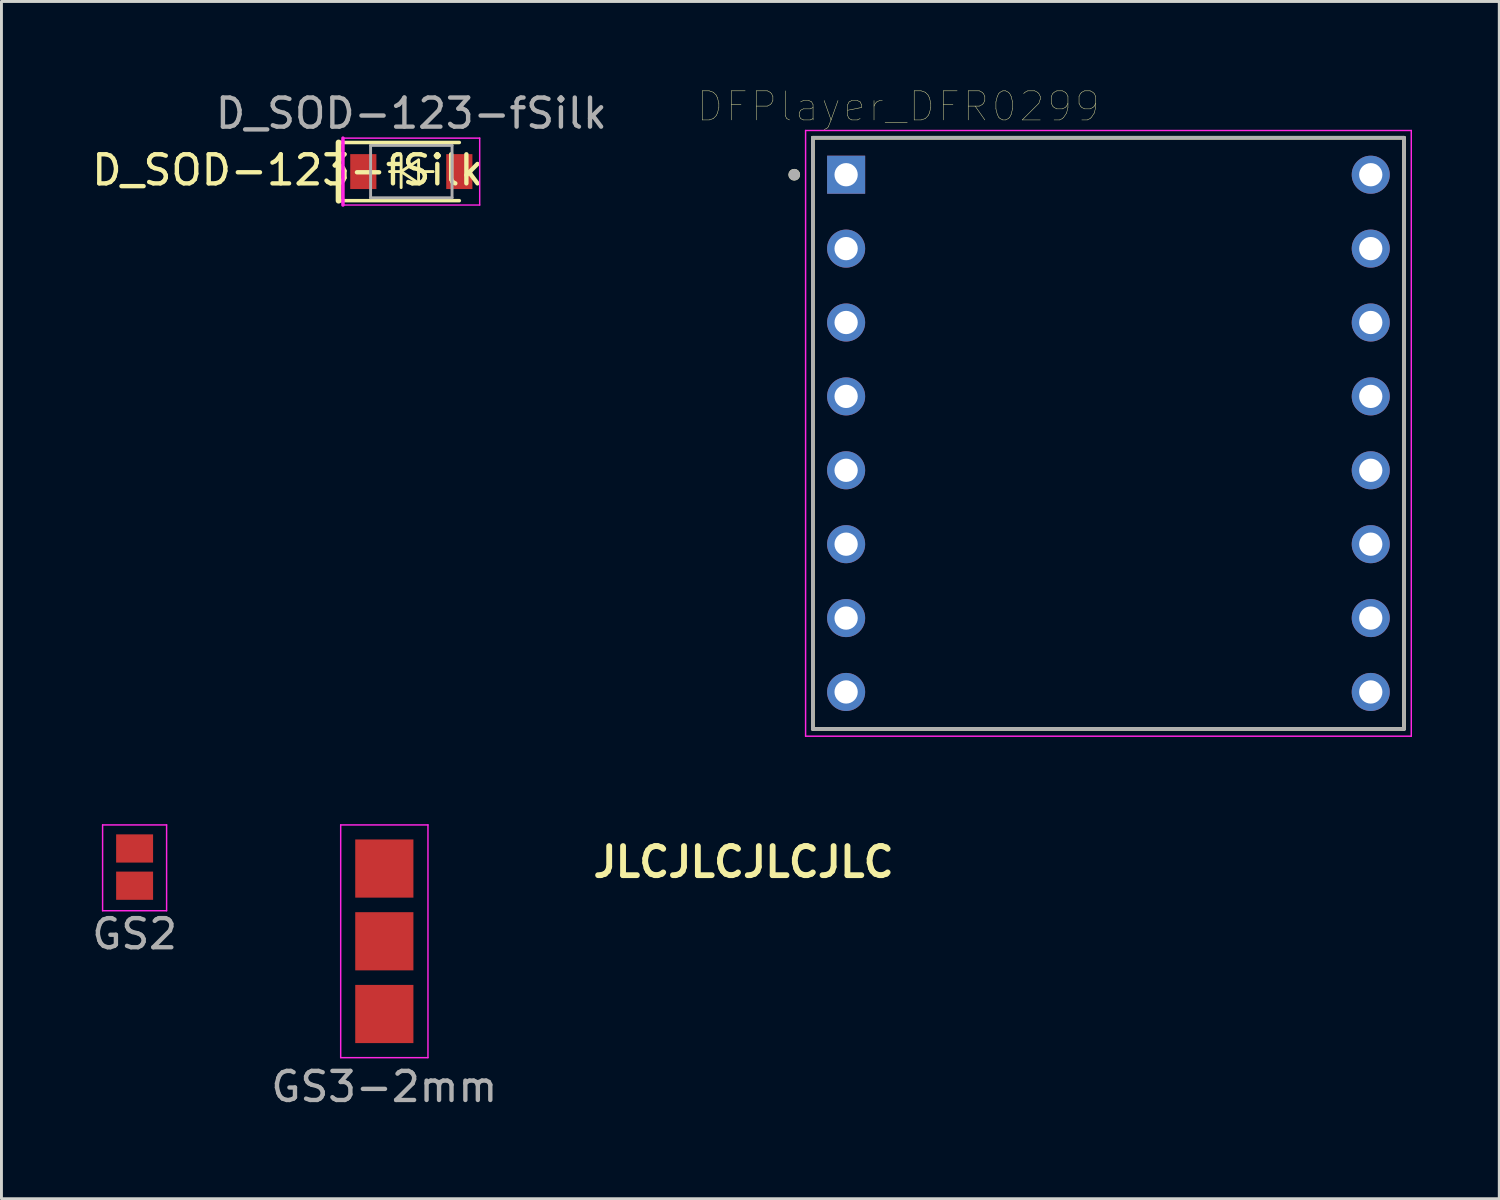
<source format=kicad_pcb>
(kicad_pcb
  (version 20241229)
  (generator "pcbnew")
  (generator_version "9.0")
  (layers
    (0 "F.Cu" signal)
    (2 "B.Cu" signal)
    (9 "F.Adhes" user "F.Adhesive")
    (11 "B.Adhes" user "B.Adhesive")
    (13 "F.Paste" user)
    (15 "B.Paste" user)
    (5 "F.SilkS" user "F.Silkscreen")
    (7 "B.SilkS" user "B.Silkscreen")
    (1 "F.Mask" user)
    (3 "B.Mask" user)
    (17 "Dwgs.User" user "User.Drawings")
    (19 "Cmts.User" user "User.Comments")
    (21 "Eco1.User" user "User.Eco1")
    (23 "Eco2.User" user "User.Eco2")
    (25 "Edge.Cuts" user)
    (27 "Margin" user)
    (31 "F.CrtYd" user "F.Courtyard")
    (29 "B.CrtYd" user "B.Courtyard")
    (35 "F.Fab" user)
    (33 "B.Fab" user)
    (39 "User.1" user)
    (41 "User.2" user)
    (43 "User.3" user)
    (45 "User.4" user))
  (footprint "JLC"
    (layer "F.Cu")
    (at 22.11 25.531)
    (property "Reference" "JLC" (at 0.4 2.7 0) (layer "F.Mask") (effects (font (size 1.524 1.524) (thickness 0.3))))
    (attr through_hole)
    (fp_text user "JLCJLCJLCJLC" (at 0.4 1.05 0) (layer "F.SilkS") (effects (font (size 1 1) (thickness 0.2)))))
  (footprint "GS2"
    (layer "F.Cu")
    (at 1.577 26.756)
    (property "Reference" "GS2" (at 0 2.3 0) (layer "F.Fab") (effects (font (size 1 1) (thickness 0.15))))
    (attr smd)
    (fp_line (start -1.1 -1.45) (end 1.1 -1.45) (stroke (width 0.05) (type solid)) (layer "F.CrtYd"))
    (fp_line (start -1.1 1.5) (end -1.1 -1.45) (stroke (width 0.05) (type solid)) (layer "F.CrtYd"))
    (fp_line (start 1.1 -1.45) (end 1.1 1.5) (stroke (width 0.05) (type solid)) (layer "F.CrtYd"))
    (fp_line (start 1.1 1.5) (end -1.1 1.5) (stroke (width 0.05) (type solid)) (layer "F.CrtYd"))
    (pad "1" smd rect (at 0 -0.64) (size 1.27 0.97) (layers "F.Cu" "F.Mask" "F.Paste"))
    (pad "2" smd rect (at 0 0.64) (size 1.27 0.97) (layers "F.Cu" "F.Mask" "F.Paste")))
  (footprint "GS3-2mm"
    (layer "F.Cu")
    (at 10.161 28.806)
    (property "Reference" "GS3-2mm" (at 0 5.5 0) (layer "F.Fab") (effects (font (size 1 1) (thickness 0.15))))
    (attr smd)
    (fp_line (start -1.5 -3.5) (end 1.5 -3.5) (stroke (width 0.05) (type solid)) (layer "F.CrtYd"))
    (fp_line (start -1.5 4.5) (end -1.5 -3.5) (stroke (width 0.05) (type solid)) (layer "F.CrtYd"))
    (fp_line (start 1.5 -3.5) (end 1.5 4.5) (stroke (width 0.05) (type solid)) (layer "F.CrtYd"))
    (fp_line (start 1.5 4.5) (end -1.5 4.5) (stroke (width 0.05) (type solid)) (layer "F.CrtYd"))
    (pad "1" smd rect (at 0 -2) (size 2 2) (layers "F.Cu" "F.Mask" "F.Paste"))
    (pad "2" smd rect (at 0 0.5) (size 2 2) (layers "F.Cu" "F.Mask" "F.Paste"))
    (pad "3" smd rect (at 0 3) (size 2 2) (layers "F.Cu" "F.Mask" "F.Paste")))
  (footprint "DFPlayer_DFR0299"
    (layer "F.Cu")
    (at 35.052 11.846)
    (property "Reference" "DFPlayer_DFR0299" (at -7.225 -11.235 0) (layer "F.SilkS") (effects (font (size 1 1) (thickness 0.015))))
    (attr through_hole)
    (fp_line (start -10.16 -10.16) (end 10.16 -10.16) (stroke (width 0.127) (type solid)) (layer "F.SilkS"))
    (fp_line (start -10.16 10.16) (end -10.16 -10.16) (stroke (width 0.127) (type solid)) (layer "F.SilkS"))
    (fp_line (start 10.16 -10.16) (end 10.16 10.16) (stroke (width 0.127) (type solid)) (layer "F.SilkS"))
    (fp_line (start 10.16 10.16) (end -10.16 10.16) (stroke (width 0.127) (type solid)) (layer "F.SilkS"))
    (fp_circle (center -10.8 -8.89) (end -10.7 -8.89) (stroke (width 0.2) (type solid)) (fill no) (layer "F.SilkS"))
    (fp_line (start -10.41 -10.41) (end 10.41 -10.41) (stroke (width 0.05) (type solid)) (layer "F.CrtYd"))
    (fp_line (start -10.41 10.41) (end -10.41 -10.41) (stroke (width 0.05) (type solid)) (layer "F.CrtYd"))
    (fp_line (start 10.41 -10.41) (end 10.41 10.41) (stroke (width 0.05) (type solid)) (layer "F.CrtYd"))
    (fp_line (start 10.41 10.41) (end -10.41 10.41) (stroke (width 0.05) (type solid)) (layer "F.CrtYd"))
    (fp_line (start -10.16 -10.16) (end 10.16 -10.16) (stroke (width 0.127) (type solid)) (layer "F.Fab"))
    (fp_line (start -10.16 10.16) (end -10.16 -10.16) (stroke (width 0.127) (type solid)) (layer "F.Fab"))
    (fp_line (start 10.16 -10.16) (end 10.16 10.16) (stroke (width 0.127) (type solid)) (layer "F.Fab"))
    (fp_line (start 10.16 10.16) (end -10.16 10.16) (stroke (width 0.127) (type solid)) (layer "F.Fab"))
    (fp_circle (center -10.8 -8.89) (end -10.7 -8.89) (stroke (width 0.2) (type solid)) (fill no) (layer "F.Fab"))
    (pad "1" thru_hole rect (at -9.017 -8.89) (size 1.308 1.308) (drill 0.8) (layers "*.Cu" "*.Mask"))
    (pad "2" thru_hole circle (at -9.017 -6.35) (size 1.308 1.308) (drill 0.8) (layers "*.Cu" "*.Mask"))
    (pad "3" thru_hole circle (at -9.017 -3.81) (size 1.308 1.308) (drill 0.8) (layers "*.Cu" "*.Mask"))
    (pad "4" thru_hole circle (at -9.017 -1.27) (size 1.308 1.308) (drill 0.8) (layers "*.Cu" "*.Mask"))
    (pad "5" thru_hole circle (at -9.017 1.27) (size 1.308 1.308) (drill 0.8) (layers "*.Cu" "*.Mask"))
    (pad "6" thru_hole circle (at -9.017 3.81) (size 1.308 1.308) (drill 0.8) (layers "*.Cu" "*.Mask"))
    (pad "7" thru_hole circle (at -9.017 6.35) (size 1.308 1.308) (drill 0.8) (layers "*.Cu" "*.Mask"))
    (pad "8" thru_hole circle (at -9.017 8.89) (size 1.308 1.308) (drill 0.8) (layers "*.Cu" "*.Mask"))
    (pad "9" thru_hole circle (at 9.017 8.89) (size 1.308 1.308) (drill 0.8) (layers "*.Cu" "*.Mask"))
    (pad "10" thru_hole circle (at 9.017 6.35) (size 1.308 1.308) (drill 0.8) (layers "*.Cu" "*.Mask"))
    (pad "11" thru_hole circle (at 9.017 3.81) (size 1.308 1.308) (drill 0.8) (layers "*.Cu" "*.Mask"))
    (pad "12" thru_hole circle (at 9.017 1.27) (size 1.308 1.308) (drill 0.8) (layers "*.Cu" "*.Mask"))
    (pad "13" thru_hole circle (at 9.017 -1.27) (size 1.308 1.308) (drill 0.8) (layers "*.Cu" "*.Mask"))
    (pad "14" thru_hole circle (at 9.017 -3.81) (size 1.308 1.308) (drill 0.8) (layers "*.Cu" "*.Mask"))
    (pad "15" thru_hole circle (at 9.017 -6.35) (size 1.308 1.308) (drill 0.8) (layers "*.Cu" "*.Mask"))
    (pad "16" thru_hole circle (at 9.017 -8.89) (size 1.308 1.308) (drill 0.8) (layers "*.Cu" "*.Mask")))
  (footprint "D_SOD-123-fSilk"
    (layer "F.Cu")
    (at 11.089 2.848)
    (property "Reference" "D_SOD-123-fSilk" (at -4.25 -0.05 180) (layer "F.SilkS") (effects (font (size 1 1) (thickness 0.15))))
    (attr smd)
    (fp_line (start -2.5 -1) (end -2.5 1) (stroke (width 0.2) (type solid)) (layer "F.SilkS"))
    (fp_line (start -2.5 -1) (end 1.65 -1) (stroke (width 0.12) (type solid)) (layer "F.SilkS"))
    (fp_line (start -2.5 1) (end 1.65 1) (stroke (width 0.12) (type solid)) (layer "F.SilkS"))
    (fp_line (start -0.75 0) (end -0.35 0) (stroke (width 0.1) (type solid)) (layer "F.SilkS"))
    (fp_line (start -0.35 0) (end -0.35 -0.55) (stroke (width 0.1) (type solid)) (layer "F.SilkS"))
    (fp_line (start -0.35 0) (end -0.35 0.55) (stroke (width 0.1) (type solid)) (layer "F.SilkS"))
    (fp_line (start -0.35 0) (end 0.25 -0.4) (stroke (width 0.1) (type solid)) (layer "F.SilkS"))
    (fp_line (start 0.25 -0.4) (end 0.25 0.4) (stroke (width 0.1) (type solid)) (layer "F.SilkS"))
    (fp_line (start 0.25 0) (end 0.75 0) (stroke (width 0.1) (type solid)) (layer "F.SilkS"))
    (fp_line (start 0.25 0.4) (end -0.35 0) (stroke (width 0.1) (type solid)) (layer "F.SilkS"))
    (fp_line (start -2.35 -1.15) (end -2.35 1.15) (stroke (width 0.12) (type solid)) (layer "F.CrtYd"))
    (fp_line (start -2.35 -1.15) (end 2.35 -1.15) (stroke (width 0.05) (type solid)) (layer "F.CrtYd"))
    (fp_line (start 2.35 -1.15) (end 2.35 1.15) (stroke (width 0.05) (type solid)) (layer "F.CrtYd"))
    (fp_line (start 2.35 1.15) (end -2.35 1.15) (stroke (width 0.05) (type solid)) (layer "F.CrtYd"))
    (fp_line (start -1.4 -0.9) (end 1.4 -0.9) (stroke (width 0.1) (type solid)) (layer "F.Fab"))
    (fp_line (start -1.4 0.9) (end -1.4 -0.9) (stroke (width 0.1) (type solid)) (layer "F.Fab"))
    (fp_line (start 1.4 -0.9) (end 1.4 0.9) (stroke (width 0.1) (type solid)) (layer "F.Fab"))
    (fp_line (start 1.4 0.9) (end -1.4 0.9) (stroke (width 0.1) (type solid)) (layer "F.Fab"))
    (fp_text user "${REFERENCE}" (at 0 -2 180) (layer "F.Fab") (effects (font (size 1 1) (thickness 0.15))))
    (pad "1" smd rect (at -1.65 0) (size 0.9 1.2) (layers "F.Cu" "F.Mask" "F.Paste"))
    (pad "2" smd rect (at 1.65 0) (size 0.9 1.2) (layers "F.Cu" "F.Mask" "F.Paste")))
  (gr_rect
    (start -3 -3)
    (end 48.487 38.155)
    (stroke (width 0.1) (type default))
    (fill no)
    (layer "Edge.Cuts")))
</source>
